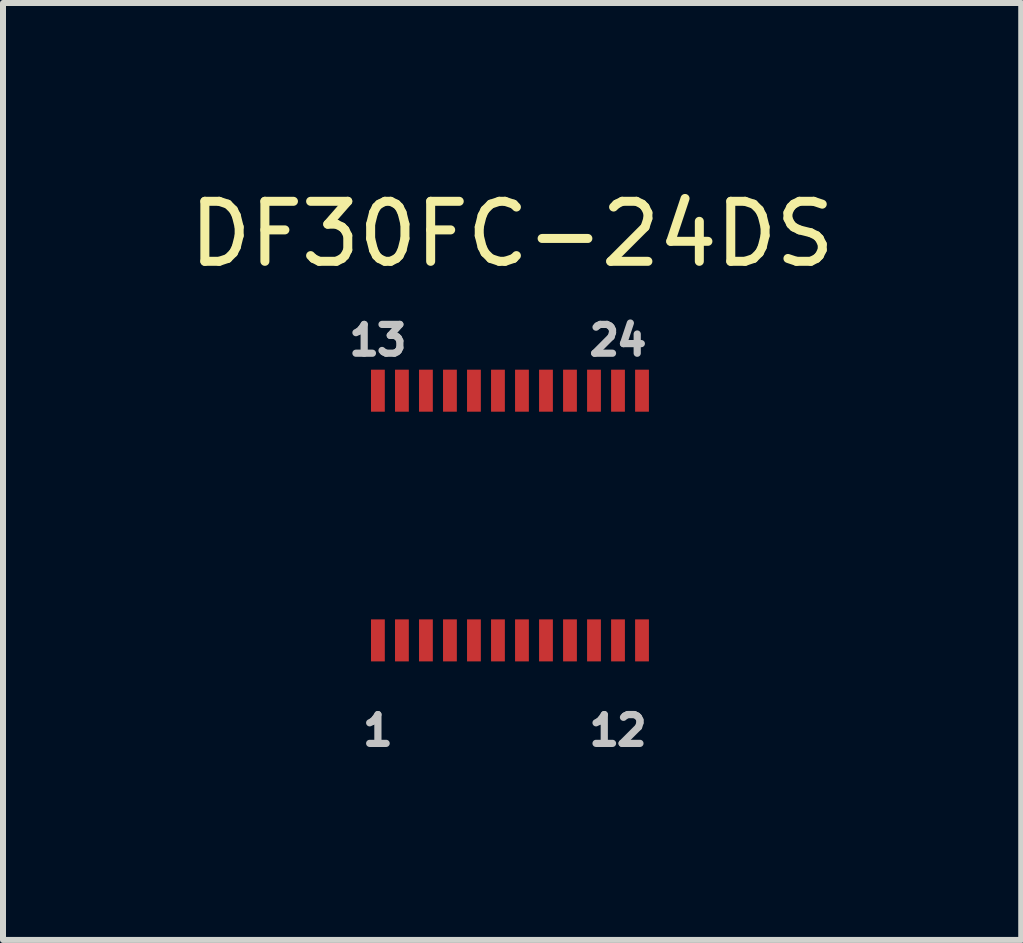
<source format=kicad_pcb>
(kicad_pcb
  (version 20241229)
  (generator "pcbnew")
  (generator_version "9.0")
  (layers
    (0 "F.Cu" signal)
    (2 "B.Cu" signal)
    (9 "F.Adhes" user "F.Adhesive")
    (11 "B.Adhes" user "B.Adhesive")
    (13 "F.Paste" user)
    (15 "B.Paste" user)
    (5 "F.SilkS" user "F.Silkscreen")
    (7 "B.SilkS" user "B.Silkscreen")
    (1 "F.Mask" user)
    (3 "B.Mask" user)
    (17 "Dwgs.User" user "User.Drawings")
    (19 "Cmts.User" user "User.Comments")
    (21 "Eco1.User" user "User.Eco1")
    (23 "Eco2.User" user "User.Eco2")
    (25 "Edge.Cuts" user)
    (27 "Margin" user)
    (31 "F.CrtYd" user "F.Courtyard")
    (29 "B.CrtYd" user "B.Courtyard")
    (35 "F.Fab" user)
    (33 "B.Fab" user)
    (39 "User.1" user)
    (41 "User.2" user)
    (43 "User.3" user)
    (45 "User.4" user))
  (footprint "DF30FC-24DS"
    (layer "F.Cu")
    (at 3.246 7.619)
    (property "Reference" "DF30FC-24DS" (at 2.236 -6.77 0) (layer "F.SilkS") (effects (font (size 1 1) (thickness 0.15))))
    (attr smd)
    (fp_text user "24" (at 4 -5 0) (layer "Dwgs.User") (effects (font (size 0.48 0.48) (thickness 0.15))))
    (fp_text user "1" (at 0 1.5 0) (layer "Dwgs.User") (effects (font (size 0.48 0.48) (thickness 0.15))))
    (fp_text user "13" (at 0 -5 0) (layer "Dwgs.User") (effects (font (size 0.48 0.48) (thickness 0.15))))
    (fp_text user "12" (at 4 1.5 0) (layer "Dwgs.User") (effects (font (size 0.48 0.48) (thickness 0.15))))
    (pad "P$1" smd rect (at 0 0) (size 0.23 0.7) (layers "F.Cu" "F.Mask" "F.Paste"))
    (pad "P$2" smd rect (at 0.4 0) (size 0.23 0.7) (layers "F.Cu" "F.Mask" "F.Paste"))
    (pad "P$3" smd rect (at 0.8 0) (size 0.23 0.7) (layers "F.Cu" "F.Mask" "F.Paste"))
    (pad "P$4" smd rect (at 1.2 0) (size 0.23 0.7) (layers "F.Cu" "F.Mask" "F.Paste"))
    (pad "P$5" smd rect (at 1.6 0) (size 0.23 0.7) (layers "F.Cu" "F.Mask" "F.Paste"))
    (pad "P$6" smd rect (at 2 0) (size 0.23 0.7) (layers "F.Cu" "F.Mask" "F.Paste"))
    (pad "P$7" smd rect (at 2.4 0) (size 0.23 0.7) (layers "F.Cu" "F.Mask" "F.Paste"))
    (pad "P$8" smd rect (at 2.8 0) (size 0.23 0.7) (layers "F.Cu" "F.Mask" "F.Paste"))
    (pad "P$9" smd rect (at 3.2 0) (size 0.23 0.7) (layers "F.Cu" "F.Mask" "F.Paste"))
    (pad "P$10" smd rect (at 3.6 0) (size 0.23 0.7) (layers "F.Cu" "F.Mask" "F.Paste"))
    (pad "P$11" smd rect (at 4 0) (size 0.23 0.7) (layers "F.Cu" "F.Mask" "F.Paste"))
    (pad "P$12" smd rect (at 4.4 0) (size 0.23 0.7) (layers "F.Cu" "F.Mask" "F.Paste"))
    (pad "P$13" smd rect (at 0 -4.16) (size 0.23 0.7) (layers "F.Cu" "F.Mask" "F.Paste"))
    (pad "P$14" smd rect (at 0.4 -4.16) (size 0.23 0.7) (layers "F.Cu" "F.Mask" "F.Paste"))
    (pad "P$15" smd rect (at 0.8 -4.16) (size 0.23 0.7) (layers "F.Cu" "F.Mask" "F.Paste"))
    (pad "P$16" smd rect (at 1.2 -4.16) (size 0.23 0.7) (layers "F.Cu" "F.Mask" "F.Paste"))
    (pad "P$17" smd rect (at 1.6 -4.16) (size 0.23 0.7) (layers "F.Cu" "F.Mask" "F.Paste"))
    (pad "P$18" smd rect (at 2 -4.16) (size 0.23 0.7) (layers "F.Cu" "F.Mask" "F.Paste"))
    (pad "P$19" smd rect (at 2.4 -4.16) (size 0.23 0.7) (layers "F.Cu" "F.Mask" "F.Paste"))
    (pad "P$20" smd rect (at 2.8 -4.16) (size 0.23 0.7) (layers "F.Cu" "F.Mask" "F.Paste"))
    (pad "P$21" smd rect (at 3.2 -4.16) (size 0.23 0.7) (layers "F.Cu" "F.Mask" "F.Paste"))
    (pad "P$22" smd rect (at 3.6 -4.16) (size 0.23 0.7) (layers "F.Cu" "F.Mask" "F.Paste"))
    (pad "P$23" smd rect (at 4 -4.16) (size 0.23 0.7) (layers "F.Cu" "F.Mask" "F.Paste"))
    (pad "P$24" smd rect (at 4.4 -4.16) (size 0.23 0.7) (layers "F.Cu" "F.Mask" "F.Paste")))
  (gr_rect
    (start -3 -3)
    (end 13.964 12.61)
    (stroke (width 0.1) (type default))
    (fill no)
    (layer "Edge.Cuts")))
</source>
